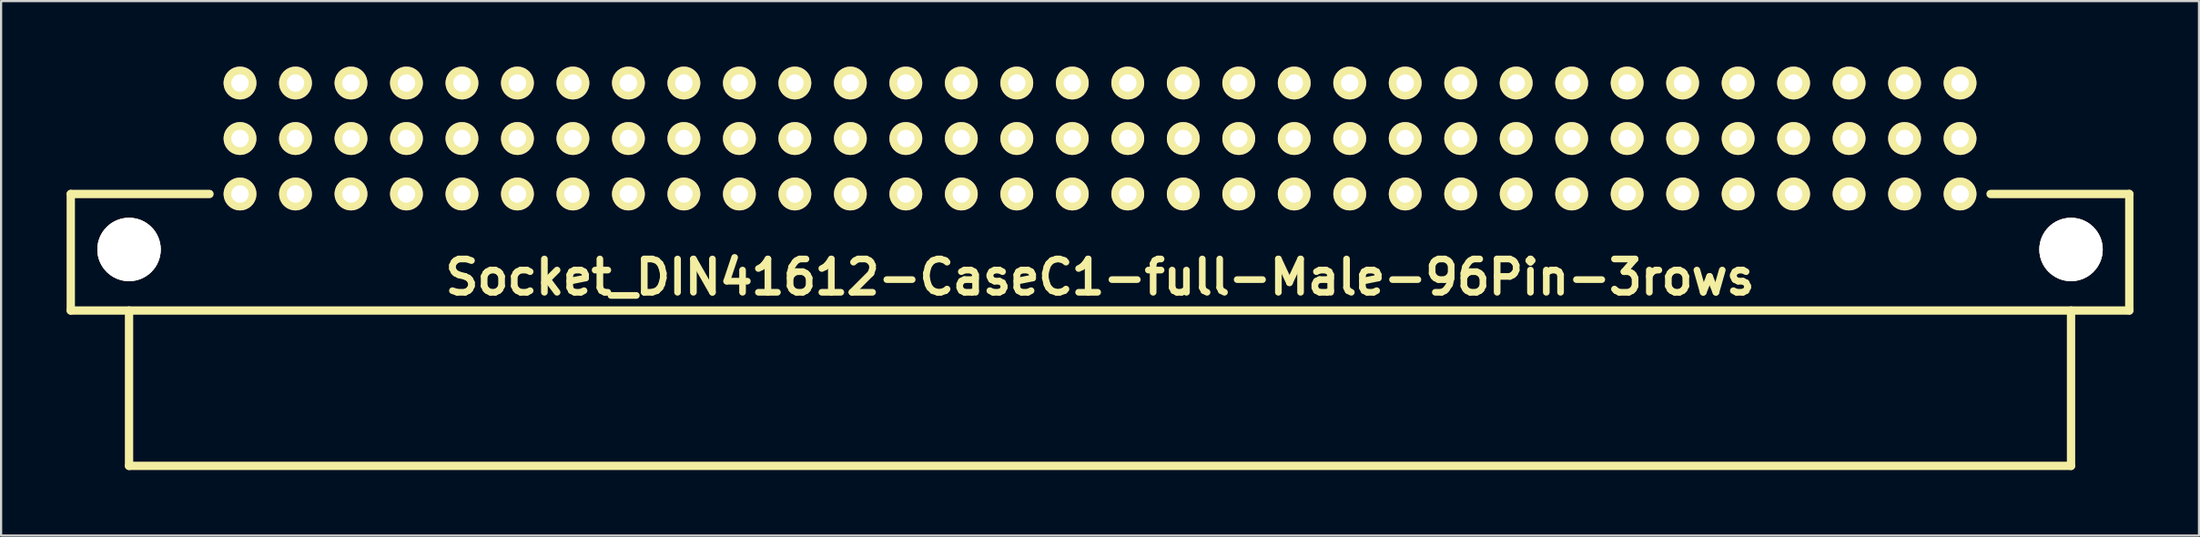
<source format=kicad_pcb>
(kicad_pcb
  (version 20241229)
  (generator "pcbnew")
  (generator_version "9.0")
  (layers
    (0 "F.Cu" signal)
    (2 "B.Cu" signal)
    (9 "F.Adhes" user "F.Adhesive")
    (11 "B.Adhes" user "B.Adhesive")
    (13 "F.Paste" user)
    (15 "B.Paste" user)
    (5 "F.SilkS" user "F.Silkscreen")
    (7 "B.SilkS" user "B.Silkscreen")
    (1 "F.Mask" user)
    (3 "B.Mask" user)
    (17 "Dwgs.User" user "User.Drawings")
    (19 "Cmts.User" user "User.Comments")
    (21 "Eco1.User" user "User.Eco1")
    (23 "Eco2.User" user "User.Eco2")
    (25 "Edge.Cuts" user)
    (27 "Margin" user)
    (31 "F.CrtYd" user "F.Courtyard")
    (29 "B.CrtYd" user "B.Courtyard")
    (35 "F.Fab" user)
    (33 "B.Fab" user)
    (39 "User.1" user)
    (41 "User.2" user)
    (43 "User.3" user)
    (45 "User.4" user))
  (footprint "Socket_DIN41612-CaseC1-full-Male-96Pin-3rows"
    (layer "F.Cu")
    (at 47.307 3.291)
    (property "Reference" "Socket_DIN41612-CaseC1-full-Male-96Pin-3rows" (at 0 6.35 0) (layer "F.SilkS") (effects (font (size 1.524 1.524) (thickness 0.305))))
    (attr through_hole)
    (fp_line (start -47.117 2.54) (end -40.767 2.54) (stroke (width 0.381) (type solid)) (layer "F.SilkS"))
    (fp_line (start -47.117 7.874) (end -47.117 2.54) (stroke (width 0.381) (type solid)) (layer "F.SilkS"))
    (fp_line (start -44.45 14.986) (end -44.45 7.874) (stroke (width 0.381) (type solid)) (layer "F.SilkS"))
    (fp_line (start 44.45 7.874) (end 44.45 14.986) (stroke (width 0.381) (type solid)) (layer "F.SilkS"))
    (fp_line (start 44.45 14.986) (end -44.45 14.986) (stroke (width 0.381) (type solid)) (layer "F.SilkS"))
    (fp_line (start 47.117 2.54) (end 40.767 2.54) (stroke (width 0.381) (type solid)) (layer "F.SilkS"))
    (fp_line (start 47.117 2.54) (end 47.117 7.874) (stroke (width 0.381) (type solid)) (layer "F.SilkS"))
    (fp_line (start 47.117 7.874) (end -47.117 7.874) (stroke (width 0.381) (type solid)) (layer "F.SilkS"))
    (pad "1" thru_hole circle (at -44.45 5.08) (size 2.901 2.901) (drill 2.901) (layers "*.Cu" "*.Mask" "F.SilkS"))
    (pad "1" thru_hole circle (at 44.45 5.08) (size 2.901 2.901) (drill 2.901) (layers "*.Cu" "*.Mask" "F.SilkS"))
    (pad "1a" thru_hole circle (at 39.37 2.54 180) (size 1.501 1.501) (drill 0.8) (layers "*.Cu" "*.Mask" "F.SilkS"))
    (pad "1b" thru_hole circle (at 39.37 0 180) (size 1.501 1.501) (drill 0.8) (layers "*.Cu" "*.Mask" "F.SilkS"))
    (pad "1c" thru_hole circle (at 39.37 -2.54 180) (size 1.501 1.501) (drill 0.8) (layers "*.Cu" "*.Mask" "F.SilkS"))
    (pad "2a" thru_hole circle (at 36.83 2.54 180) (size 1.501 1.501) (drill 0.8) (layers "*.Cu" "*.Mask" "F.SilkS"))
    (pad "2b" thru_hole circle (at 36.83 0 180) (size 1.501 1.501) (drill 0.8) (layers "*.Cu" "*.Mask" "F.SilkS"))
    (pad "2c" thru_hole circle (at 36.83 -2.54 180) (size 1.501 1.501) (drill 0.8) (layers "*.Cu" "*.Mask" "F.SilkS"))
    (pad "3a" thru_hole circle (at 34.29 2.54 180) (size 1.501 1.501) (drill 0.8) (layers "*.Cu" "*.Mask" "F.SilkS"))
    (pad "3b" thru_hole circle (at 34.29 0 180) (size 1.501 1.501) (drill 0.8) (layers "*.Cu" "*.Mask" "F.SilkS"))
    (pad "3c" thru_hole circle (at 34.29 -2.54 180) (size 1.501 1.501) (drill 0.8) (layers "*.Cu" "*.Mask" "F.SilkS"))
    (pad "4a" thru_hole circle (at 31.75 2.54 180) (size 1.501 1.501) (drill 0.8) (layers "*.Cu" "*.Mask" "F.SilkS"))
    (pad "4b" thru_hole circle (at 31.75 0 180) (size 1.501 1.501) (drill 0.8) (layers "*.Cu" "*.Mask" "F.SilkS"))
    (pad "4c" thru_hole circle (at 31.75 -2.54 180) (size 1.501 1.501) (drill 0.8) (layers "*.Cu" "*.Mask" "F.SilkS"))
    (pad "5a" thru_hole circle (at 29.21 2.54 180) (size 1.501 1.501) (drill 0.8) (layers "*.Cu" "*.Mask" "F.SilkS"))
    (pad "5b" thru_hole circle (at 29.21 0 180) (size 1.501 1.501) (drill 0.8) (layers "*.Cu" "*.Mask" "F.SilkS"))
    (pad "5c" thru_hole circle (at 29.21 -2.54 180) (size 1.501 1.501) (drill 0.8) (layers "*.Cu" "*.Mask" "F.SilkS"))
    (pad "6a" thru_hole circle (at 26.67 2.54 180) (size 1.501 1.501) (drill 0.8) (layers "*.Cu" "*.Mask" "F.SilkS"))
    (pad "6b" thru_hole circle (at 26.67 0 180) (size 1.501 1.501) (drill 0.8) (layers "*.Cu" "*.Mask" "F.SilkS"))
    (pad "6c" thru_hole circle (at 26.67 -2.54 180) (size 1.501 1.501) (drill 0.8) (layers "*.Cu" "*.Mask" "F.SilkS"))
    (pad "7a" thru_hole circle (at 24.13 2.54 180) (size 1.501 1.501) (drill 0.8) (layers "*.Cu" "*.Mask" "F.SilkS"))
    (pad "7b" thru_hole circle (at 24.13 0 180) (size 1.501 1.501) (drill 0.8) (layers "*.Cu" "*.Mask" "F.SilkS"))
    (pad "7c" thru_hole circle (at 24.13 -2.54 180) (size 1.501 1.501) (drill 0.8) (layers "*.Cu" "*.Mask" "F.SilkS"))
    (pad "8a" thru_hole circle (at 21.59 2.54 180) (size 1.501 1.501) (drill 0.8) (layers "*.Cu" "*.Mask" "F.SilkS"))
    (pad "8b" thru_hole circle (at 21.59 0 180) (size 1.501 1.501) (drill 0.8) (layers "*.Cu" "*.Mask" "F.SilkS"))
    (pad "8c" thru_hole circle (at 21.59 -2.54 180) (size 1.501 1.501) (drill 0.8) (layers "*.Cu" "*.Mask" "F.SilkS"))
    (pad "9a" thru_hole circle (at 19.05 2.54 180) (size 1.501 1.501) (drill 0.8) (layers "*.Cu" "*.Mask" "F.SilkS"))
    (pad "9b" thru_hole circle (at 19.05 0 180) (size 1.501 1.501) (drill 0.8) (layers "*.Cu" "*.Mask" "F.SilkS"))
    (pad "9c" thru_hole circle (at 19.05 -2.54 180) (size 1.501 1.501) (drill 0.8) (layers "*.Cu" "*.Mask" "F.SilkS"))
    (pad "10a" thru_hole circle (at 16.51 2.54 180) (size 1.501 1.501) (drill 0.8) (layers "*.Cu" "*.Mask" "F.SilkS"))
    (pad "10b" thru_hole circle (at 16.51 0 180) (size 1.501 1.501) (drill 0.8) (layers "*.Cu" "*.Mask" "F.SilkS"))
    (pad "10c" thru_hole circle (at 16.51 -2.54 180) (size 1.501 1.501) (drill 0.8) (layers "*.Cu" "*.Mask" "F.SilkS"))
    (pad "11a" thru_hole circle (at 13.97 2.54 180) (size 1.501 1.501) (drill 0.8) (layers "*.Cu" "*.Mask" "F.SilkS"))
    (pad "11b" thru_hole circle (at 13.97 0 180) (size 1.501 1.501) (drill 0.8) (layers "*.Cu" "*.Mask" "F.SilkS"))
    (pad "11c" thru_hole circle (at 13.97 -2.54 180) (size 1.501 1.501) (drill 0.8) (layers "*.Cu" "*.Mask" "F.SilkS"))
    (pad "12a" thru_hole circle (at 11.43 2.54 180) (size 1.501 1.501) (drill 0.8) (layers "*.Cu" "*.Mask" "F.SilkS"))
    (pad "12b" thru_hole circle (at 11.43 0 180) (size 1.501 1.501) (drill 0.8) (layers "*.Cu" "*.Mask" "F.SilkS"))
    (pad "12c" thru_hole circle (at 11.43 -2.54 180) (size 1.501 1.501) (drill 0.8) (layers "*.Cu" "*.Mask" "F.SilkS"))
    (pad "13a" thru_hole circle (at 8.89 2.54 180) (size 1.501 1.501) (drill 0.8) (layers "*.Cu" "*.Mask" "F.SilkS"))
    (pad "13b" thru_hole circle (at 8.89 0 180) (size 1.501 1.501) (drill 0.8) (layers "*.Cu" "*.Mask" "F.SilkS"))
    (pad "13c" thru_hole circle (at 8.89 -2.54 180) (size 1.501 1.501) (drill 0.8) (layers "*.Cu" "*.Mask" "F.SilkS"))
    (pad "14a" thru_hole circle (at 6.35 2.54 180) (size 1.501 1.501) (drill 0.8) (layers "*.Cu" "*.Mask" "F.SilkS"))
    (pad "14b" thru_hole circle (at 6.35 0 180) (size 1.501 1.501) (drill 0.8) (layers "*.Cu" "*.Mask" "F.SilkS"))
    (pad "14c" thru_hole circle (at 6.35 -2.54 180) (size 1.501 1.501) (drill 0.8) (layers "*.Cu" "*.Mask" "F.SilkS"))
    (pad "15a" thru_hole circle (at 3.81 2.54 180) (size 1.501 1.501) (drill 0.8) (layers "*.Cu" "*.Mask" "F.SilkS"))
    (pad "15b" thru_hole circle (at 3.81 0 180) (size 1.501 1.501) (drill 0.8) (layers "*.Cu" "*.Mask" "F.SilkS"))
    (pad "15c" thru_hole circle (at 3.81 -2.54 180) (size 1.501 1.501) (drill 0.8) (layers "*.Cu" "*.Mask" "F.SilkS"))
    (pad "16a" thru_hole circle (at 1.27 2.54 180) (size 1.501 1.501) (drill 0.8) (layers "*.Cu" "*.Mask" "F.SilkS"))
    (pad "16b" thru_hole circle (at 1.27 0 180) (size 1.501 1.501) (drill 0.8) (layers "*.Cu" "*.Mask" "F.SilkS"))
    (pad "16c" thru_hole circle (at 1.27 -2.54 180) (size 1.501 1.501) (drill 0.8) (layers "*.Cu" "*.Mask" "F.SilkS"))
    (pad "17a" thru_hole circle (at -1.27 2.54 180) (size 1.501 1.501) (drill 0.8) (layers "*.Cu" "*.Mask" "F.SilkS"))
    (pad "17b" thru_hole circle (at -1.27 0 180) (size 1.501 1.501) (drill 0.8) (layers "*.Cu" "*.Mask" "F.SilkS"))
    (pad "17c" thru_hole circle (at -1.27 -2.54 180) (size 1.501 1.501) (drill 0.8) (layers "*.Cu" "*.Mask" "F.SilkS"))
    (pad "18a" thru_hole circle (at -3.81 2.54 180) (size 1.501 1.501) (drill 0.8) (layers "*.Cu" "*.Mask" "F.SilkS"))
    (pad "18b" thru_hole circle (at -3.81 0 180) (size 1.501 1.501) (drill 0.8) (layers "*.Cu" "*.Mask" "F.SilkS"))
    (pad "18c" thru_hole circle (at -3.81 -2.54 180) (size 1.501 1.501) (drill 0.8) (layers "*.Cu" "*.Mask" "F.SilkS"))
    (pad "19a" thru_hole circle (at -6.35 2.54 180) (size 1.501 1.501) (drill 0.8) (layers "*.Cu" "*.Mask" "F.SilkS"))
    (pad "19b" thru_hole circle (at -6.35 0 180) (size 1.501 1.501) (drill 0.8) (layers "*.Cu" "*.Mask" "F.SilkS"))
    (pad "19c" thru_hole circle (at -6.35 -2.54 180) (size 1.501 1.501) (drill 0.8) (layers "*.Cu" "*.Mask" "F.SilkS"))
    (pad "20a" thru_hole circle (at -8.89 2.54 180) (size 1.501 1.501) (drill 0.8) (layers "*.Cu" "*.Mask" "F.SilkS"))
    (pad "20b" thru_hole circle (at -8.89 0 180) (size 1.501 1.501) (drill 0.8) (layers "*.Cu" "*.Mask" "F.SilkS"))
    (pad "20c" thru_hole circle (at -8.89 -2.54 180) (size 1.501 1.501) (drill 0.8) (layers "*.Cu" "*.Mask" "F.SilkS"))
    (pad "21a" thru_hole circle (at -11.43 2.54 180) (size 1.501 1.501) (drill 0.8) (layers "*.Cu" "*.Mask" "F.SilkS"))
    (pad "21b" thru_hole circle (at -11.43 0 180) (size 1.501 1.501) (drill 0.8) (layers "*.Cu" "*.Mask" "F.SilkS"))
    (pad "21c" thru_hole circle (at -11.43 -2.54 180) (size 1.501 1.501) (drill 0.8) (layers "*.Cu" "*.Mask" "F.SilkS"))
    (pad "22a" thru_hole circle (at -13.97 2.54 180) (size 1.501 1.501) (drill 0.8) (layers "*.Cu" "*.Mask" "F.SilkS"))
    (pad "22b" thru_hole circle (at -13.97 0 180) (size 1.501 1.501) (drill 0.8) (layers "*.Cu" "*.Mask" "F.SilkS"))
    (pad "22c" thru_hole circle (at -13.97 -2.54 180) (size 1.501 1.501) (drill 0.8) (layers "*.Cu" "*.Mask" "F.SilkS"))
    (pad "23a" thru_hole circle (at -16.51 2.54 180) (size 1.501 1.501) (drill 0.8) (layers "*.Cu" "*.Mask" "F.SilkS"))
    (pad "23b" thru_hole circle (at -16.51 0 180) (size 1.501 1.501) (drill 0.8) (layers "*.Cu" "*.Mask" "F.SilkS"))
    (pad "23c" thru_hole circle (at -16.51 -2.54 180) (size 1.501 1.501) (drill 0.8) (layers "*.Cu" "*.Mask" "F.SilkS"))
    (pad "24a" thru_hole circle (at -19.05 2.54 180) (size 1.501 1.501) (drill 0.8) (layers "*.Cu" "*.Mask" "F.SilkS"))
    (pad "24b" thru_hole circle (at -19.05 0 180) (size 1.501 1.501) (drill 0.8) (layers "*.Cu" "*.Mask" "F.SilkS"))
    (pad "24c" thru_hole circle (at -19.05 -2.54 180) (size 1.501 1.501) (drill 0.8) (layers "*.Cu" "*.Mask" "F.SilkS"))
    (pad "25a" thru_hole circle (at -21.59 2.54 180) (size 1.501 1.501) (drill 0.8) (layers "*.Cu" "*.Mask" "F.SilkS"))
    (pad "25b" thru_hole circle (at -21.59 0 180) (size 1.501 1.501) (drill 0.8) (layers "*.Cu" "*.Mask" "F.SilkS"))
    (pad "25c" thru_hole circle (at -21.59 -2.54 180) (size 1.501 1.501) (drill 0.8) (layers "*.Cu" "*.Mask" "F.SilkS"))
    (pad "26a" thru_hole circle (at -24.13 2.54 180) (size 1.501 1.501) (drill 0.8) (layers "*.Cu" "*.Mask" "F.SilkS"))
    (pad "26b" thru_hole circle (at -24.13 0 180) (size 1.501 1.501) (drill 0.8) (layers "*.Cu" "*.Mask" "F.SilkS"))
    (pad "26c" thru_hole circle (at -24.13 -2.54 180) (size 1.501 1.501) (drill 0.8) (layers "*.Cu" "*.Mask" "F.SilkS"))
    (pad "27a" thru_hole circle (at -26.67 2.54 180) (size 1.501 1.501) (drill 0.8) (layers "*.Cu" "*.Mask" "F.SilkS"))
    (pad "27b" thru_hole circle (at -26.67 0 180) (size 1.501 1.501) (drill 0.8) (layers "*.Cu" "*.Mask" "F.SilkS"))
    (pad "27c" thru_hole circle (at -26.67 -2.54 180) (size 1.501 1.501) (drill 0.8) (layers "*.Cu" "*.Mask" "F.SilkS"))
    (pad "28a" thru_hole circle (at -29.21 2.54 180) (size 1.501 1.501) (drill 0.8) (layers "*.Cu" "*.Mask" "F.SilkS"))
    (pad "28b" thru_hole circle (at -29.21 0 180) (size 1.501 1.501) (drill 0.8) (layers "*.Cu" "*.Mask" "F.SilkS"))
    (pad "28c" thru_hole circle (at -29.21 -2.54 180) (size 1.501 1.501) (drill 0.8) (layers "*.Cu" "*.Mask" "F.SilkS"))
    (pad "29a" thru_hole circle (at -31.75 2.54 180) (size 1.501 1.501) (drill 0.8) (layers "*.Cu" "*.Mask" "F.SilkS"))
    (pad "29b" thru_hole circle (at -31.75 0 180) (size 1.501 1.501) (drill 0.8) (layers "*.Cu" "*.Mask" "F.SilkS"))
    (pad "29c" thru_hole circle (at -31.75 -2.54 180) (size 1.501 1.501) (drill 0.8) (layers "*.Cu" "*.Mask" "F.SilkS"))
    (pad "30a" thru_hole circle (at -34.29 2.54 180) (size 1.501 1.501) (drill 0.8) (layers "*.Cu" "*.Mask" "F.SilkS"))
    (pad "30b" thru_hole circle (at -34.29 0 180) (size 1.501 1.501) (drill 0.8) (layers "*.Cu" "*.Mask" "F.SilkS"))
    (pad "30c" thru_hole circle (at -34.29 -2.54 180) (size 1.501 1.501) (drill 0.8) (layers "*.Cu" "*.Mask" "F.SilkS"))
    (pad "31a" thru_hole circle (at -36.83 2.54 180) (size 1.501 1.501) (drill 0.8) (layers "*.Cu" "*.Mask" "F.SilkS"))
    (pad "31b" thru_hole circle (at -36.83 0 180) (size 1.501 1.501) (drill 0.8) (layers "*.Cu" "*.Mask" "F.SilkS"))
    (pad "31c" thru_hole circle (at -36.83 -2.54 180) (size 1.501 1.501) (drill 0.8) (layers "*.Cu" "*.Mask" "F.SilkS"))
    (pad "32a" thru_hole circle (at -39.37 2.54 180) (size 1.501 1.501) (drill 0.8) (layers "*.Cu" "*.Mask" "F.SilkS"))
    (pad "32b" thru_hole circle (at -39.37 0 180) (size 1.501 1.501) (drill 0.8) (layers "*.Cu" "*.Mask" "F.SilkS"))
    (pad "32c" thru_hole circle (at -39.37 -2.54 180) (size 1.501 1.501) (drill 0.8) (layers "*.Cu" "*.Mask" "F.SilkS")))
  (gr_rect
    (start -3 -3)
    (end 97.615 21.467)
    (stroke (width 0.1) (type default))
    (fill no)
    (layer "Edge.Cuts")))
</source>
